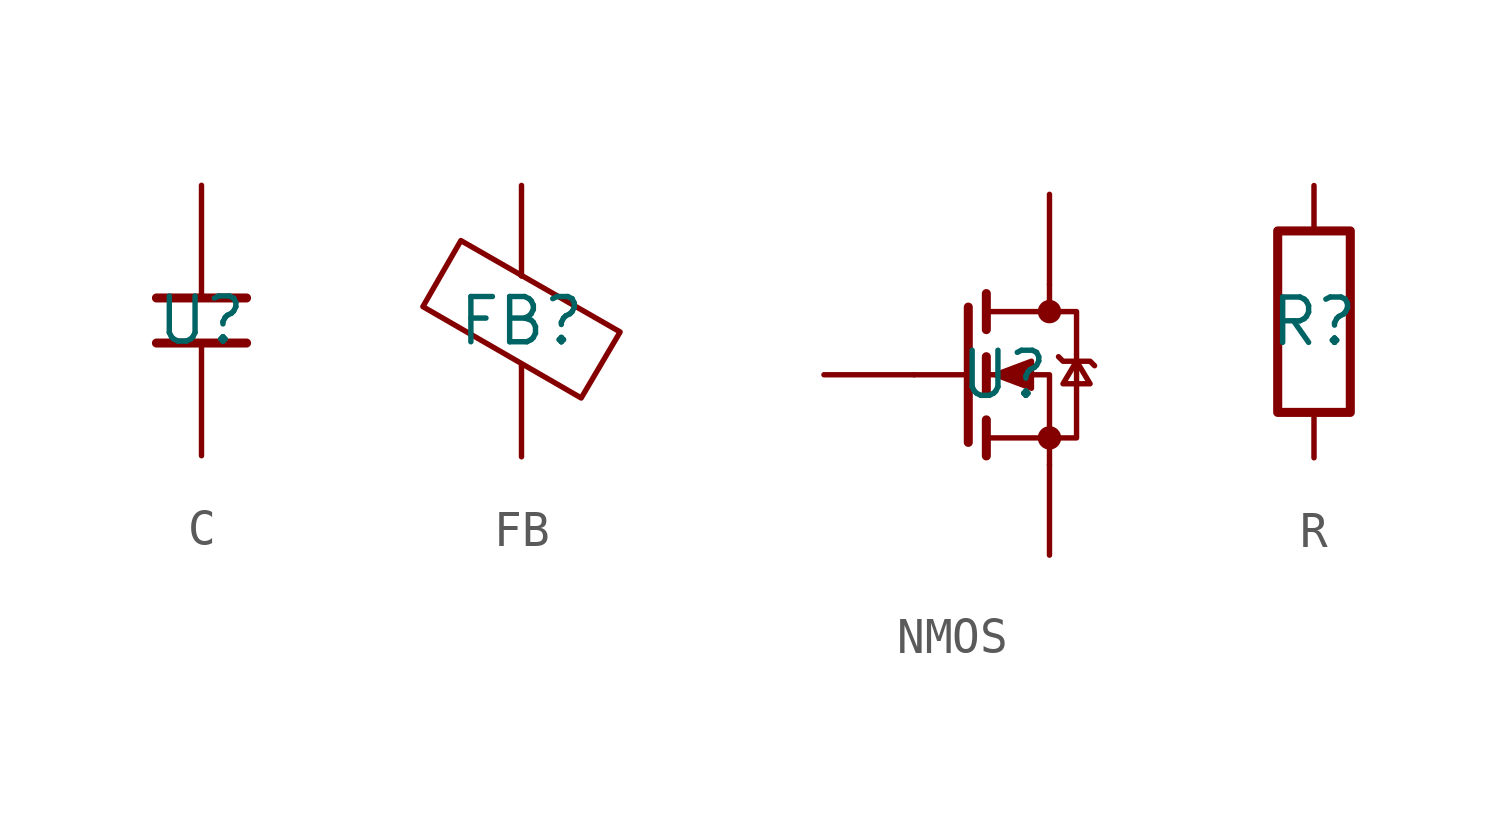
<source format=kicad_sym>
(kicad_symbol_lib
  (version 20241209)
  (generator "kicad_symbol_editor")
  (generator_version "9.0")
  (symbol "C"
    (pin_numbers
      (hide yes))
    (pin_names
      (offset 0)
      (hide yes))
    (property "Reference" "U"
      (at 0 0 0)
      (effects (font (size 1.27 1.27))))
    (property "Value" ""
      (at 0 0 0)
      (effects (font (size 1.27 1.27))))
    (property "Voltage Rated" ""
      (at 0 0 0)
      (effects (font (size 1.27 1.27))))
    (symbol "C_0_1"
      (polyline (pts (xy -1.27 0.635) (xy 1.27 0.635)) (stroke (width 0.254) (type default)) (fill (type none)))
      (polyline (pts (xy -1.27 -0.635) (xy 1.27 -0.635)) (stroke (width 0.254) (type default)) (fill (type none))))
    (symbol "C_1_1"
      (pin passive line (at 0 3.81 270) (length 3.175) (name "~" (effects (font (size 1.27 1.27)))) (number "1" (effects (font (size 1.27 1.27)))))
      (pin passive line (at 0 -3.81 90) (length 3.175) (name "~" (effects (font (size 1.27 1.27)))) (number "2" (effects (font (size 1.27 1.27)))))))
  (symbol "FB"
    (pin_numbers
      (hide yes))
    (pin_names
      (offset 0)
      (hide yes))
    (property "Reference" "FB"
      (at 0 0 0)
      (effects (font (size 1.27 1.27))))
    (property "Value" ""
      (at 0 0 0)
      (effects (font (size 1.27 1.27))))
    (symbol "FB_0_1"
      (polyline (pts (xy -2.769 0.406) (xy -1.702 2.261) (xy 2.769 -0.305) (xy 1.676 -2.159) (xy -2.769 0.406)) (stroke (width 0) (type default)) (fill (type none)))
      (polyline (pts (xy 0 1.27) (xy 0 1.295)) (stroke (width 0) (type default)) (fill (type none)))
      (polyline (pts (xy 0 -1.27) (xy 0 -1.219)) (stroke (width 0) (type default)) (fill (type none))))
    (symbol "FB_1_1"
      (pin passive line (at 0 3.81 270) (length 2.54) (name "~" (effects (font (size 1.27 1.27)))) (number "1" (effects (font (size 1.27 1.27)))))
      (pin passive line (at 0 -3.81 90) (length 2.54) (name "~" (effects (font (size 1.27 1.27)))) (number "2" (effects (font (size 1.27 1.27)))))))
  (symbol "NMOS"
    (pin_numbers
      (hide yes))
    (pin_names
      (offset 0)
      (hide yes))
    (property "Reference" "U"
      (at 1.27 0 0)
      (effects (font (size 1.27 1.27))))
    (property "Value" ""
      (at 0 0 0)
      (effects (font (size 1.27 1.27))))
    (symbol "NMOS_0_1"
      (polyline (pts (xy 0.254 1.905) (xy 0.254 -1.905)) (stroke (width 0.254) (type default)) (fill (type none)))
      (polyline (pts (xy 0.254 0) (xy -1.27 0)) (stroke (width 0) (type default)) (fill (type none)))
      (polyline (pts (xy 0.762 2.286) (xy 0.762 1.27)) (stroke (width 0.254) (type default)) (fill (type none)))
      (polyline (pts (xy 0.762 0.508) (xy 0.762 -0.508)) (stroke (width 0.254) (type default)) (fill (type none)))
      (polyline (pts (xy 0.762 -1.27) (xy 0.762 -2.286)) (stroke (width 0.254) (type default)) (fill (type none)))
      (polyline (pts (xy 0.762 -1.778) (xy 3.302 -1.778) (xy 3.302 1.778) (xy 0.762 1.778)) (stroke (width 0) (type default)) (fill (type none)))
      (polyline (pts (xy 1.016 0) (xy 2.032 0.381) (xy 2.032 -0.381) (xy 1.016 0)) (stroke (width 0) (type default)) (fill (type outline)))
      (polyline (pts (xy 2.54 2.54) (xy 2.54 1.778)) (stroke (width 0) (type default)) (fill (type none)))
      (circle (center 2.54 1.778) (radius 0.254) (stroke (width 0) (type default)) (fill (type outline)))
      (circle (center 2.54 -1.778) (radius 0.254) (stroke (width 0) (type default)) (fill (type outline)))
      (polyline (pts (xy 2.54 -2.54) (xy 2.54 0) (xy 0.762 0)) (stroke (width 0) (type default)) (fill (type none)))
      (polyline (pts (xy 2.794 0.508) (xy 2.921 0.381) (xy 3.683 0.381) (xy 3.81 0.254)) (stroke (width 0) (type default)) (fill (type none)))
      (polyline (pts (xy 3.302 0.381) (xy 2.921 -0.254) (xy 3.683 -0.254) (xy 3.302 0.381)) (stroke (width 0) (type default)) (fill (type none))))
    (symbol "NMOS_1_1"
      (pin input line (at -3.81 0 0) (length 2.54) (name "G" (effects (font (size 1.27 1.27)))) (number "1" (effects (font (size 1.27 1.27)))))
      (pin passive line (at 2.54 5.08 270) (length 2.54) (name "D" (effects (font (size 1.27 1.27)))) (number "3" (effects (font (size 1.27 1.27)))))
      (pin passive line (at 2.54 -5.08 90) (length 2.54) (name "S" (effects (font (size 1.27 1.27)))) (number "2" (effects (font (size 1.27 1.27)))))))
  (symbol "R"
    (pin_numbers
      (hide yes))
    (pin_names
      (offset 0)
      (hide yes))
    (property "Reference" "R"
      (at 0 0 0)
      (effects (font (size 1.27 1.27))))
    (property "Value" ""
      (at 0 0 0)
      (effects (font (size 1.27 1.27))))
    (symbol "R_0_1"
      (rectangle (start -1.016 -2.54) (end 1.016 2.54) (stroke (width 0.254) (type default)) (fill (type none))))
    (symbol "R_1_1"
      (pin passive line (at 0 3.81 270) (length 1.27) (name "~" (effects (font (size 1.27 1.27)))) (number "1" (effects (font (size 1.27 1.27)))))
      (pin passive line (at 0 -3.81 90) (length 1.27) (name "~" (effects (font (size 1.27 1.27)))) (number "2" (effects (font (size 1.27 1.27))))))))
</source>
